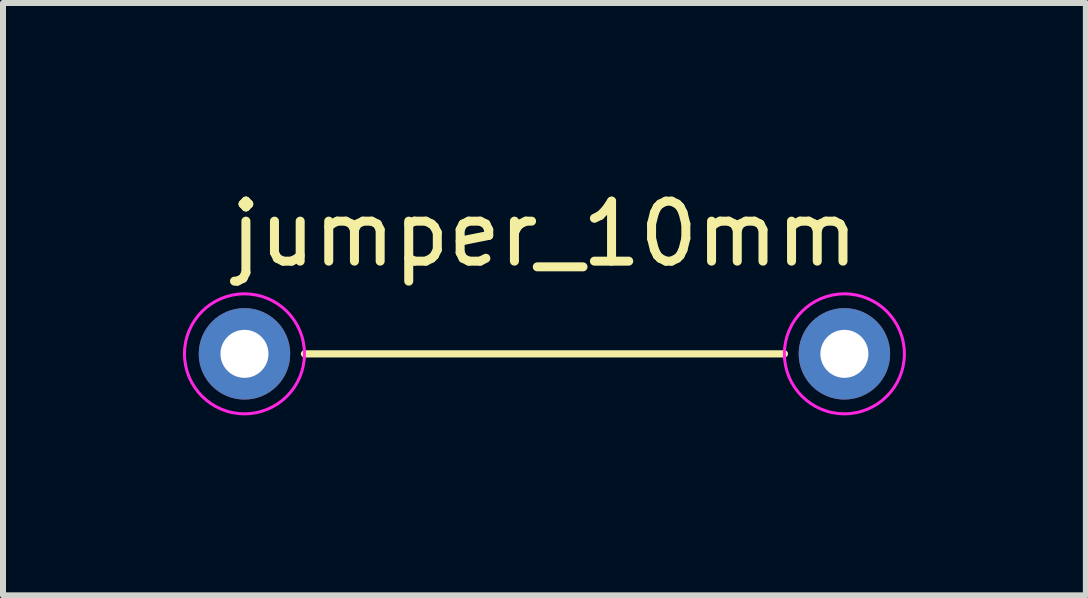
<source format=kicad_pcb>
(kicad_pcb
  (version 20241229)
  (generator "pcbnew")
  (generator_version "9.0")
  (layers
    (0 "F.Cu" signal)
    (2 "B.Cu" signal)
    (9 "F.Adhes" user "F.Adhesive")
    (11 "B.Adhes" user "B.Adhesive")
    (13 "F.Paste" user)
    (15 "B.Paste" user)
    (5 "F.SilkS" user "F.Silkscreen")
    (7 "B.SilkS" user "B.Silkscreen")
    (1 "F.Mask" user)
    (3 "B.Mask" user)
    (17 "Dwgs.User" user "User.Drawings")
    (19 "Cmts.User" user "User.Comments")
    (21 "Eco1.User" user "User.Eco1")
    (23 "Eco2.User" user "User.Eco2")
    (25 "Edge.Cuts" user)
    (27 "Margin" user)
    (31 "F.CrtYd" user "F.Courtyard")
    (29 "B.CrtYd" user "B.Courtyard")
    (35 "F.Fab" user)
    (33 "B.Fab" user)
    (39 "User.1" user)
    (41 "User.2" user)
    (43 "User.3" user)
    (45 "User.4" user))
  (footprint "jumper_10mm"
    (layer "F.Cu")
    (at 1.025 2.848)
    (property "Reference" "jumper_10mm" (at 5 -2 0) (unlocked yes) (layer "F.SilkS") (effects (font (size 1 1) (thickness 0.15))))
    (attr through_hole)
    (fp_line (start 1 0) (end 9 0) (stroke (width 0.12) (type solid)) (layer "F.SilkS"))
    (fp_circle (center 0 0) (end 1 0) (stroke (width 0.05) (type solid)) (fill no) (layer "F.CrtYd"))
    (fp_circle (center 10 0) (end 11 0) (stroke (width 0.05) (type solid)) (fill no) (layer "F.CrtYd"))
    (pad "1" thru_hole circle (at 0 0) (size 1.524 1.524) (drill 0.8) (layers "*.Cu" "*.Mask"))
    (pad "2" thru_hole circle (at 10 0) (size 1.524 1.524) (drill 0.8) (layers "*.Cu" "*.Mask")))
  (gr_rect
    (start -3 -3)
    (end 15.05 6.873)
    (stroke (width 0.1) (type default))
    (fill no)
    (layer "Edge.Cuts")))
</source>
